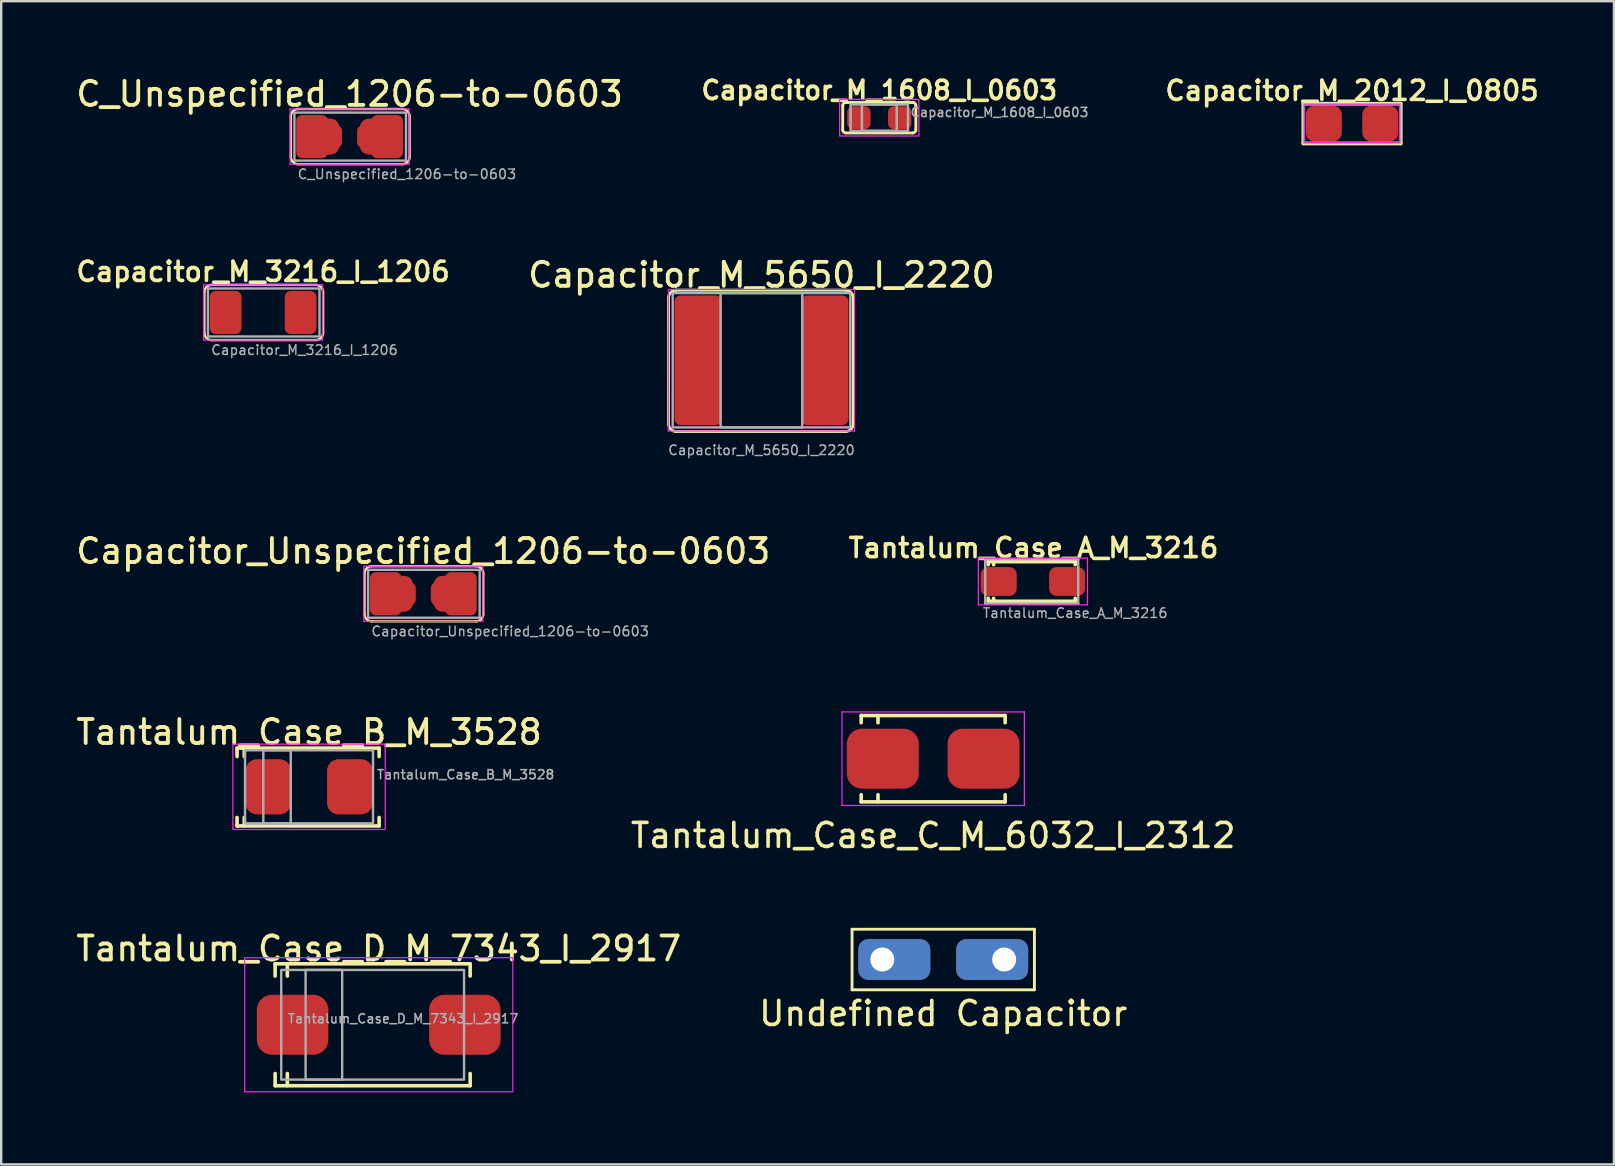
<source format=kicad_pcb>
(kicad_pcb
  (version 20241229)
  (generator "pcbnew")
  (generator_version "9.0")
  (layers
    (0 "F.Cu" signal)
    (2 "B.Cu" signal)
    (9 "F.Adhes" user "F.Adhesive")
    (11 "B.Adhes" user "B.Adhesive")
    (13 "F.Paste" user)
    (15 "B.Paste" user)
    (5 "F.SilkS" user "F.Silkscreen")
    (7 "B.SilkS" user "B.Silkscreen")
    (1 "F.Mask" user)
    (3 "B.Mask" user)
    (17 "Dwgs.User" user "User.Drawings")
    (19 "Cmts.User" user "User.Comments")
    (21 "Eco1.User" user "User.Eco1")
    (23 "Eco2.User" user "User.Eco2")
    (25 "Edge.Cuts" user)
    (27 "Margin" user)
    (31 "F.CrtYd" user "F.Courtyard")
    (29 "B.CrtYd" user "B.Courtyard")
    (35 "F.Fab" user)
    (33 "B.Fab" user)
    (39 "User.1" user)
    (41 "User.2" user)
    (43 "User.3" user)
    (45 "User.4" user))
  (footprint "C_Unspecified_1206-to-0603"
    (layer "F.Cu")
    (at 11.521 2.644)
    (property "Reference" "C_Unspecified_1206-to-0603" (at 0 -1.778 0) (layer "F.SilkS") (effects (font (size 1 1) (thickness 0.16))))
    (attr smd)
    (fp_line (start -2.45 -0.85) (end -2.45 0.85) (stroke (width 0.1) (type solid)) (layer "F.SilkS"))
    (fp_line (start -2.15 1.15) (end 2.2 1.15) (stroke (width 0.1) (type solid)) (layer "F.SilkS"))
    (fp_line (start 2.2 -1.15) (end -2.15 -1.15) (stroke (width 0.1) (type solid)) (layer "F.SilkS"))
    (fp_line (start 2.5 0.85) (end 2.5 -0.85) (stroke (width 0.1) (type solid)) (layer "F.SilkS"))
    (fp_arc (start -2.45 -0.85) (mid -2.362132 -1.062132) (end -2.15 -1.15) (stroke (width 0.1) (type default)) (layer "F.SilkS"))
    (fp_arc (start -2.15 1.15) (mid -2.362132 1.062132) (end -2.45 0.85) (stroke (width 0.1) (type default)) (layer "F.SilkS"))
    (fp_arc (start 2.2 -1.15) (mid 2.412132 -1.062132) (end 2.5 -0.85) (stroke (width 0.1) (type default)) (layer "F.SilkS"))
    (fp_arc (start 2.5 0.85) (mid 2.412132 1.062132) (end 2.2 1.15) (stroke (width 0.1) (type default)) (layer "F.SilkS"))
    (fp_line (start -2.48 -1.15) (end 2.48 -1.15) (stroke (width 0.05) (type solid)) (layer "F.CrtYd"))
    (fp_line (start -2.48 1.15) (end -2.48 -1.15) (stroke (width 0.05) (type solid)) (layer "F.CrtYd"))
    (fp_line (start 2.48 -1.15) (end 2.48 1.15) (stroke (width 0.05) (type solid)) (layer "F.CrtYd"))
    (fp_line (start 2.48 1.15) (end -2.48 1.15) (stroke (width 0.05) (type solid)) (layer "F.CrtYd"))
    (fp_line (start -2.3 -1) (end 2.35 -1) (stroke (width 0.1) (type solid)) (layer "F.Fab"))
    (fp_line (start -2.3 1) (end -2.3 -1) (stroke (width 0.1) (type solid)) (layer "F.Fab"))
    (fp_line (start 2.35 -1) (end 2.35 1) (stroke (width 0.1) (type solid)) (layer "F.Fab"))
    (fp_line (start 2.35 1) (end -2.3 1) (stroke (width 0.1) (type solid)) (layer "F.Fab"))
    (fp_text user "${REFERENCE}" (at -2.2 1.8 0) (unlocked yes) (layer "F.Fab") (effects (font (size 0.4 0.4) (thickness 0.06)) (justify left bottom)))
    (pad "1" smd roundrect (at -1.562 0) (size 1.325 1.8) (layers "F.Cu" "F.Mask" "F.Paste") (roundrect_rratio 0.189))
    (pad "1" smd roundrect (at -1.175 0) (size 1.5 1.5) (layers "F.Cu" "F.Mask" "F.Paste") (roundrect_rratio 0.25))
    (pad "1" smd roundrect (at -0.8 0) (size 0.975 0.95) (layers "F.Cu" "F.Mask" "F.Paste") (roundrect_rratio 0.25))
    (pad "2" smd roundrect (at 0.8 0) (size 0.975 0.95) (layers "F.Cu" "F.Mask" "F.Paste") (roundrect_rratio 0.25))
    (pad "2" smd roundrect (at 1.175 0) (size 1.5 1.5) (layers "F.Cu" "F.Mask" "F.Paste") (roundrect_rratio 0.25))
    (pad "2" smd roundrect (at 1.562 0) (size 1.325 1.8) (layers "F.Cu" "F.Mask" "F.Paste") (roundrect_rratio 0.189)))
  (footprint "Capacitor_Unspecified_1206-to-0603"
    (layer "F.Cu")
    (at 14.592 21.697)
    (property "Reference" "Capacitor_Unspecified_1206-to-0603" (at 0 -1.778 0) (layer "F.SilkS") (effects (font (size 1 1) (thickness 0.16))))
    (attr smd)
    (fp_line (start -2.45 -0.85) (end -2.45 0.85) (stroke (width 0.1) (type solid)) (layer "F.SilkS"))
    (fp_line (start -2.15 1.15) (end 2.2 1.15) (stroke (width 0.1) (type solid)) (layer "F.SilkS"))
    (fp_line (start 2.2 -1.15) (end -2.15 -1.15) (stroke (width 0.1) (type solid)) (layer "F.SilkS"))
    (fp_line (start 2.5 0.85) (end 2.5 -0.85) (stroke (width 0.1) (type solid)) (layer "F.SilkS"))
    (fp_arc (start -2.45 -0.85) (mid -2.362132 -1.062132) (end -2.15 -1.15) (stroke (width 0.1) (type default)) (layer "F.SilkS"))
    (fp_arc (start -2.15 1.15) (mid -2.362132 1.062132) (end -2.45 0.85) (stroke (width 0.1) (type default)) (layer "F.SilkS"))
    (fp_arc (start 2.2 -1.15) (mid 2.412132 -1.062132) (end 2.5 -0.85) (stroke (width 0.1) (type default)) (layer "F.SilkS"))
    (fp_arc (start 2.5 0.85) (mid 2.412132 1.062132) (end 2.2 1.15) (stroke (width 0.1) (type default)) (layer "F.SilkS"))
    (fp_line (start -2.48 -1.15) (end 2.48 -1.15) (stroke (width 0.05) (type solid)) (layer "F.CrtYd"))
    (fp_line (start -2.48 1.15) (end -2.48 -1.15) (stroke (width 0.05) (type solid)) (layer "F.CrtYd"))
    (fp_line (start 2.48 -1.15) (end 2.48 1.15) (stroke (width 0.05) (type solid)) (layer "F.CrtYd"))
    (fp_line (start 2.48 1.15) (end -2.48 1.15) (stroke (width 0.05) (type solid)) (layer "F.CrtYd"))
    (fp_line (start -2.3 -1) (end 2.35 -1) (stroke (width 0.1) (type solid)) (layer "F.Fab"))
    (fp_line (start -2.3 1) (end -2.3 -1) (stroke (width 0.1) (type solid)) (layer "F.Fab"))
    (fp_line (start 2.35 -1) (end 2.35 1) (stroke (width 0.1) (type solid)) (layer "F.Fab"))
    (fp_line (start 2.35 1) (end -2.3 1) (stroke (width 0.1) (type solid)) (layer "F.Fab"))
    (fp_text user "${REFERENCE}" (at -2.2 1.8 0) (unlocked yes) (layer "F.Fab") (effects (font (size 0.4 0.4) (thickness 0.06)) (justify left bottom)))
    (pad "1" smd roundrect (at -1.562 0) (size 1.325 1.8) (layers "F.Cu" "F.Mask" "F.Paste") (roundrect_rratio 0.189))
    (pad "1" smd roundrect (at -1.175 0) (size 1.5 1.5) (layers "F.Cu" "F.Mask" "F.Paste") (roundrect_rratio 0.25))
    (pad "1" smd roundrect (at -0.8 0) (size 0.975 0.95) (layers "F.Cu" "F.Mask" "F.Paste") (roundrect_rratio 0.25))
    (pad "2" smd roundrect (at 0.8 0) (size 0.975 0.95) (layers "F.Cu" "F.Mask" "F.Paste") (roundrect_rratio 0.25))
    (pad "2" smd roundrect (at 1.175 0) (size 1.5 1.5) (layers "F.Cu" "F.Mask" "F.Paste") (roundrect_rratio 0.25))
    (pad "2" smd roundrect (at 1.562 0) (size 1.325 1.8) (layers "F.Cu" "F.Mask" "F.Paste") (roundrect_rratio 0.189)))
  (footprint "Tantalum_Case_D_M_7343_I_2917"
    (layer "F.Cu")
    (at 12.735 39.66)
    (property "Reference" "Tantalum_Case_D_M_7343_I_2917" (at 0 -3.175 0) (layer "F.SilkS") (effects (font (size 1 1) (thickness 0.16))))
    (attr smd)
    (fp_line (start -4.318 -2.54) (end 3.81 -2.54) (stroke (width 0.15) (type default)) (layer "F.SilkS"))
    (fp_line (start -4.318 -2.032) (end -4.318 -2.54) (stroke (width 0.15) (type default)) (layer "F.SilkS"))
    (fp_line (start -4.318 2.54) (end -4.318 2.032) (stroke (width 0.15) (type default)) (layer "F.SilkS"))
    (fp_line (start -3.81 -2.032) (end -3.81 -2.54) (stroke (width 0.15) (type default)) (layer "F.SilkS"))
    (fp_line (start -3.81 2.54) (end -3.81 2.032) (stroke (width 0.15) (type default)) (layer "F.SilkS"))
    (fp_line (start 3.81 -2.54) (end 3.81 -2.032) (stroke (width 0.15) (type default)) (layer "F.SilkS"))
    (fp_line (start 3.81 2.032) (end 3.81 2.54) (stroke (width 0.15) (type default)) (layer "F.SilkS"))
    (fp_line (start 3.81 2.54) (end -4.318 2.54) (stroke (width 0.15) (type default)) (layer "F.SilkS"))
    (fp_rect (start -5.588 -2.794) (end 5.588 2.794) (stroke (width 0.05) (type default)) (fill no) (layer "F.CrtYd"))
    (fp_rect (start -4.064 -2.286) (end 3.556 2.286) (stroke (width 0.1) (type default)) (fill no) (layer "F.Fab"))
    (fp_rect (start -3.048 -2.286) (end -1.524 2.286) (stroke (width 0.1) (type solid)) (fill no) (layer "F.Fab"))
    (fp_text user "${REFERENCE}" (at 1.016 -0.254 0) (unlocked yes) (layer "F.Fab") (effects (font (size 0.381 0.381) (thickness 0.064) (bold yes))))
    (pad "1" smd roundrect (at -3.59 0) (size 2.98 2.5) (layers "F.Cu" "F.Mask" "F.Paste") (roundrect_rratio 0.25))
    (pad "2" smd roundrect (at 3.59 0) (size 2.98 2.5) (layers "F.Cu" "F.Mask" "F.Paste") (roundrect_rratio 0.25)))
  (footprint "Capacitor_M_1608_I_0603"
    (layer "F.Cu")
    (at 33.597 1.856)
    (property "Reference" "Capacitor_M_1608_I_0603" (at 0 -1.143 0) (layer "F.SilkS") (effects (font (size 0.762 0.762) (thickness 0.152) (bold yes))))
    (attr smd)
    (fp_line (start -1.524 -0.508) (end -1.524 0.508) (stroke (width 0.12) (type default)) (layer "F.SilkS"))
    (fp_line (start -1.397 -0.635) (end 1.397 -0.635) (stroke (width 0.12) (type solid)) (layer "F.SilkS"))
    (fp_line (start -1.397 0.635) (end 1.397 0.635) (stroke (width 0.12) (type solid)) (layer "F.SilkS"))
    (fp_line (start 1.524 -0.508) (end 1.524 0.508) (stroke (width 0.12) (type default)) (layer "F.SilkS"))
    (fp_arc (start -1.524 -0.508) (mid -1.486803 -0.597803) (end -1.397 -0.635) (stroke (width 0.12) (type default)) (layer "F.SilkS"))
    (fp_arc (start -1.397 0.635) (mid -1.486803 0.597803) (end -1.524 0.508) (stroke (width 0.12) (type default)) (layer "F.SilkS"))
    (fp_arc (start 1.397 -0.635) (mid 1.486803 -0.597803) (end 1.524 -0.508) (stroke (width 0.12) (type default)) (layer "F.SilkS"))
    (fp_arc (start 1.524 0.508) (mid 1.486803 0.597803) (end 1.397 0.635) (stroke (width 0.12) (type default)) (layer "F.SilkS"))
    (fp_rect (start -1.651 -0.762) (end 1.651 0.762) (stroke (width 0.051) (type default)) (fill no) (layer "F.CrtYd"))
    (fp_rect (start -1.196 -0.55) (end 1.196 0.55) (stroke (width 0.102) (type default)) (fill no) (layer "F.Fab"))
    (fp_rect (start -0.725 -0.55) (end 0.725 0.55) (stroke (width 0.102) (type solid)) (fill no) (layer "F.Fab"))
    (fp_text user "${REFERENCE}" (at 1.27 0 0) (unlocked yes) (layer "F.Fab") (effects (font (size 0.381 0.381) (thickness 0.064) (bold yes)) (justify left bottom)))
    (pad "1" smd roundrect (at -0.85 0) (size 0.975 0.95) (layers "F.Cu" "F.Mask" "F.Paste") (roundrect_rratio 0.25))
    (pad "2" smd roundrect (at 0.85 0) (size 0.975 0.95) (layers "F.Cu" "F.Mask" "F.Paste") (roundrect_rratio 0.25)))
  (footprint "Capacitor_M_2012_I_0805"
    (layer "F.Cu")
    (at 53.3 2.101)
    (property "Reference" "Capacitor_M_2012_I_0805" (at 0 -1.37 0) (layer "F.SilkS") (effects (font (size 0.8 0.8) (thickness 0.15))))
    (attr smd)
    (fp_line (start -2.032 0.83) (end -2.032 -0.83) (stroke (width 0.15) (type default)) (layer "F.SilkS"))
    (fp_line (start 2.032 -0.83) (end -2.032 -0.83) (stroke (width 0.15) (type default)) (layer "F.SilkS"))
    (fp_line (start 2.032 0.83) (end -2.032 0.83) (stroke (width 0.15) (type default)) (layer "F.SilkS"))
    (fp_line (start 2.032 0.83) (end 2.032 -0.83) (stroke (width 0.15) (type default)) (layer "F.SilkS"))
    (fp_rect (start -1.98 -0.78) (end 1.98 0.78) (stroke (width 0.05) (type default)) (fill no) (layer "F.CrtYd"))
    (fp_rect (start -2.01 -0.81) (end 2.01 0.805) (stroke (width 0.1) (type default)) (fill no) (layer "F.Fab"))
    (pad "1" smd roundrect (at -1.175 0) (size 1.5 1.5) (layers "F.Cu" "F.Mask" "F.Paste") (roundrect_rratio 0.25))
    (pad "2" smd roundrect (at 1.175 0) (size 1.5 1.5) (layers "F.Cu" "F.Mask" "F.Paste") (roundrect_rratio 0.25)))
  (footprint "Tantalum_Case_B_M_3528"
    (layer "F.Cu")
    (at 9.83 29.742)
    (property "Reference" "Tantalum_Case_B_M_3528" (at 0 -2.28 0) (layer "F.SilkS") (effects (font (size 1 1) (thickness 0.16))))
    (attr smd)
    (fp_line (start -3 -1.611) (end 2.921 -1.611) (stroke (width 0.15) (type default)) (layer "F.SilkS"))
    (fp_line (start -3 -1.26) (end -3 -1.611) (stroke (width 0.15) (type default)) (layer "F.SilkS"))
    (fp_line (start -3 1.63) (end -3 1.28) (stroke (width 0.15) (type default)) (layer "F.SilkS"))
    (fp_line (start -2.7 -1.26) (end -2.7 -1.611) (stroke (width 0.15) (type default)) (layer "F.SilkS"))
    (fp_line (start -2.7 1.63) (end -2.7 1.28) (stroke (width 0.15) (type default)) (layer "F.SilkS"))
    (fp_line (start 2.921 -1.611) (end 2.921 -1.26) (stroke (width 0.15) (type default)) (layer "F.SilkS"))
    (fp_line (start 2.921 1.28) (end 2.921 1.63) (stroke (width 0.15) (type default)) (layer "F.SilkS"))
    (fp_line (start 2.921 1.63) (end -3 1.63) (stroke (width 0.15) (type default)) (layer "F.SilkS"))
    (fp_rect (start -3.175 -1.778) (end 3.175 1.778) (stroke (width 0.05) (type default)) (fill no) (layer "F.CrtYd"))
    (fp_rect (start -2.667 -1.524) (end 2.667 1.524) (stroke (width 0.102) (type default)) (fill no) (layer "F.Fab"))
    (fp_rect (start -1.905 -1.524) (end -0.762 1.524) (stroke (width 0.102) (type solid)) (fill no) (layer "F.Fab"))
    (fp_text user "${REFERENCE}" (at 2.794 -0.508 0) (unlocked yes) (layer "F.Fab") (effects (font (size 0.381 0.381) (thickness 0.064) (bold yes)) (justify left)))
    (pad "1" smd roundrect (at -1.7 0) (size 1.9 2.3) (layers "F.Cu" "F.Mask" "F.Paste") (roundrect_rratio 0.25))
    (pad "2" smd roundrect (at 1.7 0) (size 1.9 2.3) (layers "F.Cu" "F.Mask" "F.Paste") (roundrect_rratio 0.25)))
  (footprint "Capacitor_M_3216_I_1206"
    (layer "F.Cu")
    (at 7.916 9.974)
    (property "Reference" "Capacitor_M_3216_I_1206" (at 0 -1.7 0) (layer "F.SilkS") (effects (font (size 0.8 0.8) (thickness 0.15))))
    (attr smd)
    (fp_line (start -2.45 -0.85) (end -2.45 0.85) (stroke (width 0.1) (type solid)) (layer "F.SilkS"))
    (fp_line (start -2.15 1.15) (end 2.2 1.15) (stroke (width 0.1) (type solid)) (layer "F.SilkS"))
    (fp_line (start 2.2 -1.15) (end -2.15 -1.15) (stroke (width 0.1) (type solid)) (layer "F.SilkS"))
    (fp_line (start 2.5 0.85) (end 2.5 -0.85) (stroke (width 0.1) (type solid)) (layer "F.SilkS"))
    (fp_arc (start -2.45 -0.85) (mid -2.362132 -1.062132) (end -2.15 -1.15) (stroke (width 0.1) (type default)) (layer "F.SilkS"))
    (fp_arc (start -2.15 1.15) (mid -2.362132 1.062132) (end -2.45 0.85) (stroke (width 0.1) (type default)) (layer "F.SilkS"))
    (fp_arc (start 2.2 -1.15) (mid 2.412132 -1.062132) (end 2.5 -0.85) (stroke (width 0.1) (type default)) (layer "F.SilkS"))
    (fp_arc (start 2.5 0.85) (mid 2.412132 1.062132) (end 2.2 1.15) (stroke (width 0.1) (type default)) (layer "F.SilkS"))
    (fp_line (start -2.48 -1.15) (end 2.48 -1.15) (stroke (width 0.05) (type solid)) (layer "F.CrtYd"))
    (fp_line (start -2.48 1.15) (end -2.48 -1.15) (stroke (width 0.05) (type solid)) (layer "F.CrtYd"))
    (fp_line (start 2.48 -1.15) (end 2.48 1.15) (stroke (width 0.05) (type solid)) (layer "F.CrtYd"))
    (fp_line (start 2.48 1.15) (end -2.48 1.15) (stroke (width 0.05) (type solid)) (layer "F.CrtYd"))
    (fp_line (start -2.3 -1) (end 2.35 -1) (stroke (width 0.1) (type solid)) (layer "F.Fab"))
    (fp_line (start -2.3 1) (end -2.3 -1) (stroke (width 0.1) (type solid)) (layer "F.Fab"))
    (fp_line (start 2.35 -1) (end 2.35 1) (stroke (width 0.1) (type solid)) (layer "F.Fab"))
    (fp_line (start 2.35 1) (end -2.3 1) (stroke (width 0.1) (type solid)) (layer "F.Fab"))
    (fp_text user "${REFERENCE}" (at -2.2 1.8 0) (unlocked yes) (layer "F.Fab") (effects (font (size 0.4 0.4) (thickness 0.06)) (justify left bottom)))
    (pad "1" smd roundrect (at -1.562 0) (size 1.325 1.8) (layers "F.Cu" "F.Mask" "F.Paste") (roundrect_rratio 0.189))
    (pad "2" smd roundrect (at 1.562 0) (size 1.325 1.8) (layers "F.Cu" "F.Mask" "F.Paste") (roundrect_rratio 0.189)))
  (footprint "Undefined Capacitor"
    (layer "F.Cu")
    (at 36.262 36.941)
    (property "Reference" "Undefined Capacitor" (at 0 2.25 0) (layer "F.SilkS") (effects (font (size 1 1) (thickness 0.15))))
    (fp_line (start -3.8 -1.262) (end -3.8 1.262) (stroke (width 0.12) (type default)) (layer "F.SilkS"))
    (fp_line (start -3.8 -1.262) (end 3.8 -1.262) (stroke (width 0.12) (type default)) (layer "F.SilkS"))
    (fp_line (start -3.8 1.262) (end 3.8 1.262) (stroke (width 0.12) (type default)) (layer "F.SilkS"))
    (fp_line (start 3.8 -1.262) (end 3.8 1.262) (stroke (width 0.12) (type default)) (layer "F.SilkS"))
    (pad "1" thru_hole roundrect (at -2.54 0) (size 3 1.7) (drill 1 (offset 0.5 0)) (layers "*.Cu" "*.Mask") (roundrect_rratio 0.25))
    (pad "2" thru_hole roundrect (at 2.54 0 180) (size 3 1.7) (drill 1 (offset 0.5 0)) (layers "*.Cu" "*.Mask") (roundrect_rratio 0.25)))
  (footprint "Capacitor_M_5650_I_2220"
    (layer "F.Cu")
    (at 28.687 11.964)
    (property "Reference" "Capacitor_M_5650_I_2220" (at 0 -3.556 0) (layer "F.SilkS") (effects (font (size 1 1) (thickness 0.16))))
    (attr smd)
    (fp_line (start -3.873 -2.6) (end -3.875 2.65) (stroke (width 0.12) (type solid)) (layer "F.SilkS"))
    (fp_line (start -3.554 2.971) (end 3.5 2.971) (stroke (width 0.12) (type solid)) (layer "F.SilkS"))
    (fp_line (start 3.523 -2.921) (end -3.553 -2.921) (stroke (width 0.12) (type solid)) (layer "F.SilkS"))
    (fp_line (start 3.821 2.65) (end 3.821 -2.6) (stroke (width 0.12) (type solid)) (layer "F.SilkS"))
    (fp_arc (start -3.8735 -2.6) (mid -3.779481 -2.826981) (end -3.5525 -2.921) (stroke (width 0.12) (type default)) (layer "F.SilkS"))
    (fp_arc (start -3.554 2.971) (mid -3.780981 2.876981) (end -3.875 2.65) (stroke (width 0.12) (type default)) (layer "F.SilkS"))
    (fp_arc (start 3.5 -2.921) (mid 3.726981 -2.826981) (end 3.821 -2.6) (stroke (width 0.12) (type default)) (layer "F.SilkS"))
    (fp_arc (start 3.821 2.65) (mid 3.726981 2.876981) (end 3.5 2.971) (stroke (width 0.12) (type default)) (layer "F.SilkS"))
    (fp_line (start -3.88 -2.95) (end 3.88 -2.95) (stroke (width 0.05) (type solid)) (layer "F.CrtYd"))
    (fp_line (start -3.88 2.95) (end -3.88 -2.95) (stroke (width 0.05) (type solid)) (layer "F.CrtYd"))
    (fp_line (start 3.88 -2.95) (end 3.88 2.95) (stroke (width 0.05) (type solid)) (layer "F.CrtYd"))
    (fp_line (start 3.88 2.95) (end -3.88 2.95) (stroke (width 0.05) (type solid)) (layer "F.CrtYd"))
    (fp_rect (start -3.7 -2.8) (end 3.7 2.8) (stroke (width 0.1) (type default)) (fill no) (layer "F.Fab"))
    (fp_rect (start -1.705 -2.8) (end 1.7 2.8) (stroke (width 0.102) (type solid)) (fill no) (layer "F.Fab"))
    (fp_text user "${REFERENCE}" (at 0 3.75 0) (unlocked yes) (layer "F.Fab") (effects (font (size 0.4 0.4) (thickness 0.06))))
    (pad "1" smd roundrect (at -2.638 0) (size 1.975 5.4) (layers "F.Cu" "F.Mask" "F.Paste") (roundrect_rratio 0.127))
    (pad "2" smd roundrect (at 2.638 0) (size 1.975 5.4) (layers "F.Cu" "F.Mask" "F.Paste") (roundrect_rratio 0.127)))
  (footprint "Tantalum_Case_C_M_6032_I_2312"
    (layer "F.Cu")
    (at 35.843 28.571)
    (property "Reference" "Tantalum_Case_C_M_6032_I_2312" (at 0 3.2 0) (layer "F.SilkS") (effects (font (size 1 1) (thickness 0.15))))
    (attr smd)
    (fp_line (start -3 -1.8) (end 3 -1.8) (stroke (width 0.15) (type default)) (layer "F.SilkS"))
    (fp_line (start -3 -1.5) (end -3 -1.8) (stroke (width 0.15) (type default)) (layer "F.SilkS"))
    (fp_line (start -3 1.8) (end -3 1.5) (stroke (width 0.15) (type default)) (layer "F.SilkS"))
    (fp_line (start -2.3 -1.5) (end -2.3 -1.8) (stroke (width 0.15) (type default)) (layer "F.SilkS"))
    (fp_line (start -2.3 1.8) (end -2.3 1.5) (stroke (width 0.15) (type default)) (layer "F.SilkS"))
    (fp_line (start 3 -1.8) (end 3 -1.5) (stroke (width 0.15) (type default)) (layer "F.SilkS"))
    (fp_line (start 3 1.5) (end 3 1.8) (stroke (width 0.15) (type default)) (layer "F.SilkS"))
    (fp_line (start 3 1.8) (end -3 1.8) (stroke (width 0.15) (type default)) (layer "F.SilkS"))
    (fp_line (start -3.8 -1.95) (end 3.8 -1.95) (stroke (width 0.05) (type default)) (layer "F.CrtYd"))
    (fp_line (start -3.8 1.95) (end -3.8 -1.95) (stroke (width 0.05) (type default)) (layer "F.CrtYd"))
    (fp_line (start 3.8 -1.95) (end 3.8 1.95) (stroke (width 0.05) (type default)) (layer "F.CrtYd"))
    (fp_line (start 3.8 1.95) (end -3.8 1.95) (stroke (width 0.05) (type default)) (layer "F.CrtYd"))
    (pad "1" smd roundrect (at -2.1 0) (size 3 2.5) (layers "F.Cu" "F.Mask" "F.Paste") (roundrect_rratio 0.25))
    (pad "2" smd roundrect (at 2.1 0) (size 3 2.5) (layers "F.Cu" "F.Mask" "F.Paste") (roundrect_rratio 0.25)))
  (footprint "Tantalum_Case_A_M_3216"
    (layer "F.Cu")
    (at 40.025 21.185)
    (property "Reference" "Tantalum_Case_A_M_3216" (at 0 -1.4 0) (layer "F.SilkS") (effects (font (size 0.8 0.8) (thickness 0.15))))
    (attr smd)
    (fp_line (start -1.887 -0.825) (end 1.738 -0.825) (stroke (width 0.15) (type default)) (layer "F.SilkS"))
    (fp_line (start -1.887 -0.7) (end -1.887 -0.825) (stroke (width 0.15) (type default)) (layer "F.SilkS"))
    (fp_line (start -1.887 0.825) (end -1.887 0.7) (stroke (width 0.15) (type default)) (layer "F.SilkS"))
    (fp_line (start -1.663 -0.7) (end -1.663 -0.825) (stroke (width 0.15) (type default)) (layer "F.SilkS"))
    (fp_line (start -1.663 0.825) (end -1.663 0.7) (stroke (width 0.15) (type default)) (layer "F.SilkS"))
    (fp_line (start 1.738 -0.7) (end 1.738 -0.825) (stroke (width 0.15) (type default)) (layer "F.SilkS"))
    (fp_line (start 1.738 0.7) (end 1.738 0.825) (stroke (width 0.15) (type default)) (layer "F.SilkS"))
    (fp_line (start 1.738 0.825) (end -1.887 0.825) (stroke (width 0.15) (type default)) (layer "F.SilkS"))
    (fp_line (start -2.3 -0.975) (end 2.25 -0.975) (stroke (width 0.05) (type default)) (layer "F.CrtYd"))
    (fp_line (start -2.3 0.975) (end -2.3 -0.975) (stroke (width 0.05) (type default)) (layer "F.CrtYd"))
    (fp_line (start 2.25 -0.975) (end 2.25 0.975) (stroke (width 0.05) (type default)) (layer "F.CrtYd"))
    (fp_line (start 2.25 0.975) (end -2.3 0.975) (stroke (width 0.05) (type default)) (layer "F.CrtYd"))
    (fp_line (start -2.013 -0.925) (end -2.013 0.925) (stroke (width 0.1) (type default)) (layer "F.Fab"))
    (fp_line (start -2.013 0.925) (end 1.863 0.925) (stroke (width 0.1) (type default)) (layer "F.Fab"))
    (fp_line (start 1.863 -0.925) (end -2.013 -0.925) (stroke (width 0.1) (type default)) (layer "F.Fab"))
    (fp_line (start 1.863 0.925) (end 1.863 -0.925) (stroke (width 0.1) (type default)) (layer "F.Fab"))
    (fp_text user "${REFERENCE}" (at -2.15 1.55 0) (unlocked yes) (layer "F.Fab") (effects (font (size 0.4 0.4) (thickness 0.06)) (justify left bottom)))
    (pad "1" smd roundrect (at -1.45 0) (size 1.5 1.2) (layers "F.Cu" "F.Mask" "F.Paste") (roundrect_rratio 0.25))
    (pad "2" smd roundrect (at 1.4 0) (size 1.5 1.2) (layers "F.Cu" "F.Mask" "F.Paste") (roundrect_rratio 0.25)))
  (gr_rect
    (start -3 -3)
    (end 64.216 45.479)
    (stroke (width 0.1) (type default))
    (fill no)
    (layer "Edge.Cuts")))
</source>
